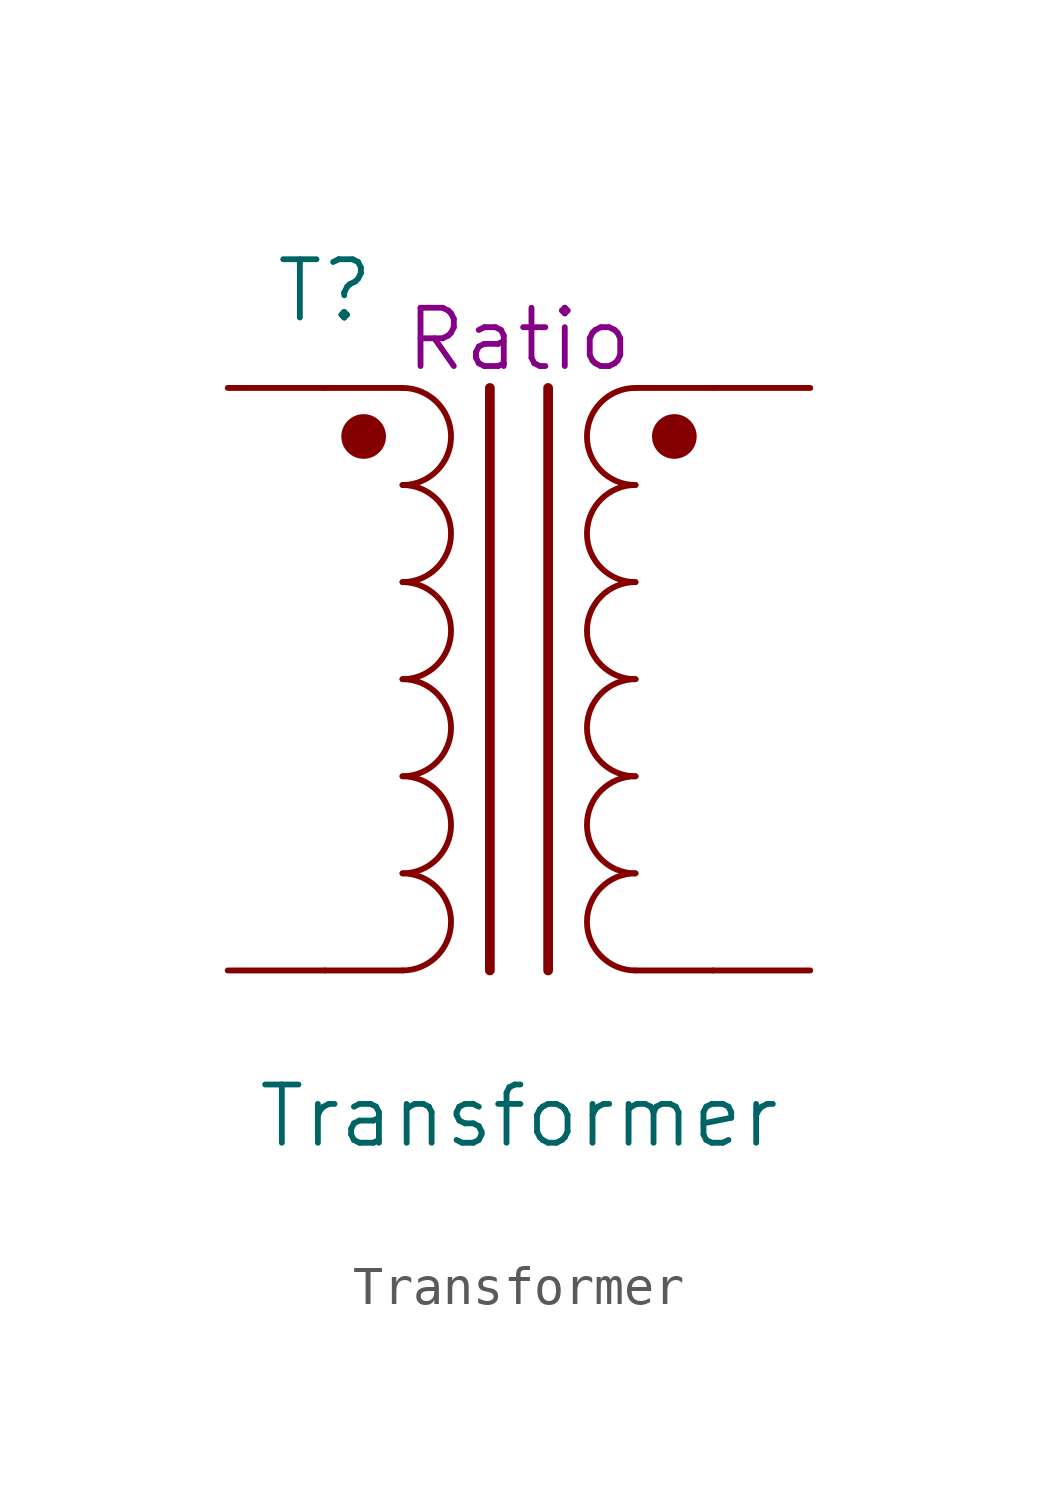
<source format=kicad_sym>
(kicad_symbol_lib
  (version 20241209)
  (generator "kicad_symbol_editor")
  (generator_version "9.0")
  (symbol "Transformer"
    (pin_numbers
      (hide yes))
    (pin_names
      (offset 0)
      (hide yes))
    (property "Reference" "T"
      (at -5.08 10.16 0)
      (effects (font (size 1.524 1.524))))
    (property "Value" "Transformer"
      (at 0 -11.43 0)
      (effects (font (size 1.524 1.524))))
    (property "Ratio" "Ratio"
      (at 0 8.89 0)
      (effects (font (size 1.524 1.524))))
    (symbol "Transformer_0_1"
      (polyline (pts (xy -5.08 7.62) (xy -3.048 7.62)) (stroke (width 0) (type default)) (fill (type none)))
      (polyline (pts (xy -5.08 -7.62) (xy -3.048 -7.62)) (stroke (width 0) (type default)) (fill (type none)))
      (circle (center -4.064 6.35) (radius 0.508) (stroke (width 0) (type default)) (fill (type outline)))
      (arc (start -3.048 7.62) (mid -1.7835 6.35) (end -3.048 5.08) (stroke (width 0) (type default)) (fill (type none)))
      (arc (start -3.048 5.08) (mid -1.7835 3.81) (end -3.048 2.54) (stroke (width 0) (type default)) (fill (type none)))
      (arc (start -3.048 2.54) (mid -1.7835 1.27) (end -3.048 0) (stroke (width 0) (type default)) (fill (type none)))
      (arc (start -3.048 0) (mid -1.7835 -1.27) (end -3.048 -2.54) (stroke (width 0) (type default)) (fill (type none)))
      (arc (start -3.048 -2.54) (mid -1.7835 -3.81) (end -3.048 -5.08) (stroke (width 0) (type default)) (fill (type none)))
      (arc (start -3.048 -5.08) (mid -1.7835 -6.35) (end -3.048 -7.62) (stroke (width 0) (type default)) (fill (type none)))
      (polyline (pts (xy -0.762 7.62) (xy -0.762 -7.62)) (stroke (width 0.254) (type default)) (fill (type none)))
      (polyline (pts (xy 0.762 7.62) (xy 0.762 -7.62)) (stroke (width 0.254) (type default)) (fill (type none)))
      (polyline (pts (xy 3.048 7.62) (xy 5.08 7.62)) (stroke (width 0) (type default)) (fill (type none)))
      (polyline (pts (xy 3.048 -7.62) (xy 5.08 -7.62)) (stroke (width 0) (type default)) (fill (type none)))
      (arc (start 3.048 5.08) (mid 1.7835 6.35) (end 3.048 7.62) (stroke (width 0) (type default)) (fill (type none)))
      (arc (start 3.048 2.54) (mid 1.7835 3.81) (end 3.048 5.08) (stroke (width 0) (type default)) (fill (type none)))
      (arc (start 3.048 0) (mid 1.7835 1.27) (end 3.048 2.54) (stroke (width 0) (type default)) (fill (type none)))
      (arc (start 3.048 -2.54) (mid 1.7835 -1.27) (end 3.048 0) (stroke (width 0) (type default)) (fill (type none)))
      (arc (start 3.048 -5.08) (mid 1.7835 -3.81) (end 3.048 -2.54) (stroke (width 0) (type default)) (fill (type none)))
      (arc (start 3.048 -7.62) (mid 1.7835 -6.35) (end 3.048 -5.08) (stroke (width 0) (type default)) (fill (type none)))
      (circle (center 4.064 6.35) (radius 0.508) (stroke (width 0) (type default)) (fill (type outline))))
    (symbol "Transformer_1_1"
      (pin input line (at -7.62 7.62 0) (length 2.54) (name "~" (effects (font (size 1.27 1.27)))) (number "~" (effects (font (size 1.27 1.27)))))
      (pin input line (at -7.62 -7.62 0) (length 2.54) (name "~" (effects (font (size 1.27 1.27)))) (number "~" (effects (font (size 1.27 1.27)))))
      (pin input line (at 7.62 7.62 180) (length 2.54) (name "~" (effects (font (size 1.27 1.27)))) (number "~" (effects (font (size 1.27 1.27)))))
      (pin input line (at 7.62 -7.62 180) (length 2.54) (name "~" (effects (font (size 1.27 1.27)))) (number "~" (effects (font (size 1.27 1.27))))))))
</source>
